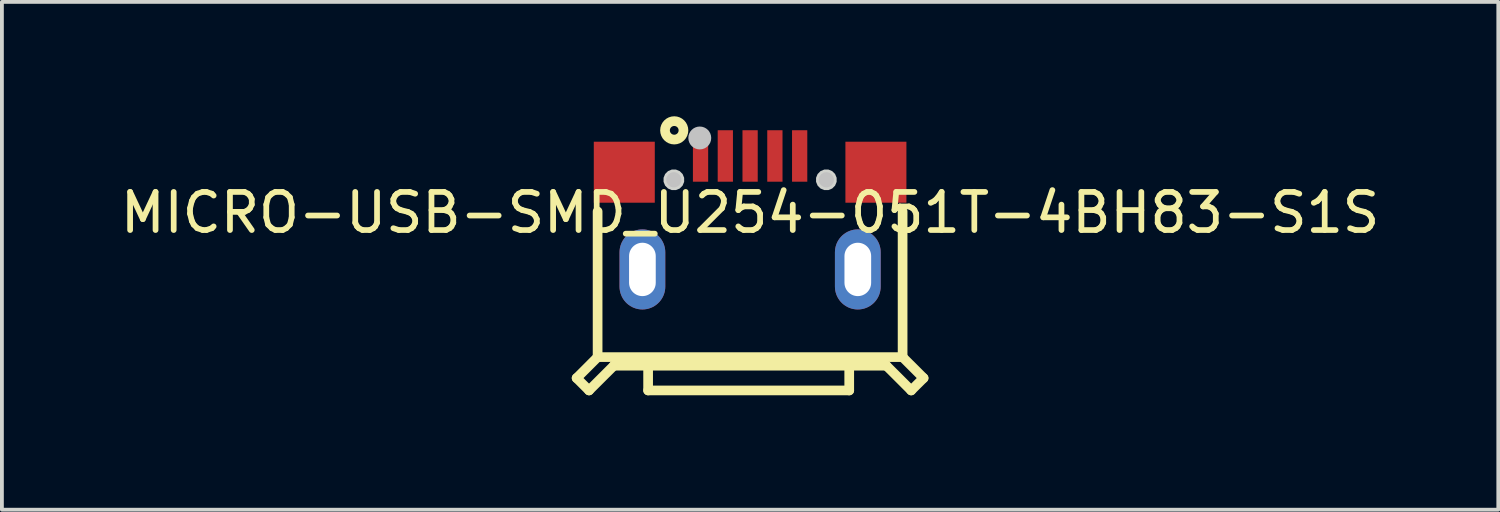
<source format=kicad_pcb>
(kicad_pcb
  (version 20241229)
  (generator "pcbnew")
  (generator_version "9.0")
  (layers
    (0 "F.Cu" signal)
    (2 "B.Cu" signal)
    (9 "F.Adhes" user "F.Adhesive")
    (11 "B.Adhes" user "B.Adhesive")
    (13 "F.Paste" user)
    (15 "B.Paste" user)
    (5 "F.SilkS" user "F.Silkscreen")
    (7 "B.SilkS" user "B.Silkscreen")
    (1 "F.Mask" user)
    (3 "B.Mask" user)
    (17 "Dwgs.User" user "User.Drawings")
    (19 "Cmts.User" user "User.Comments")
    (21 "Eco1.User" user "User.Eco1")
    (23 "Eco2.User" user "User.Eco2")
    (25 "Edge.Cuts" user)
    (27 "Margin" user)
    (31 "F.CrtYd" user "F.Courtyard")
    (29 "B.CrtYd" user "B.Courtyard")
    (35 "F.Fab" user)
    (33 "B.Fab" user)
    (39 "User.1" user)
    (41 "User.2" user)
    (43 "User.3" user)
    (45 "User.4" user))
  (footprint "MICRO-USB-SMD_U254-051T-4BH83-S1S"
    (layer "F.Cu")
    (at 16.625 2.529)
    (property "Reference" "MICRO-USB-SMD_U254-051T-4BH83-S1S" (at 0 0 0) (layer "F.SilkS") (effects (font (size 1 1) (thickness 0.15))))
    (fp_line (start -4.55 4.338) (end -4.225 4.662) (stroke (width 0.254) (type default)) (layer "F.SilkS"))
    (fp_line (start -4.225 4.662) (end -3.575 4.013) (stroke (width 0.254) (type default)) (layer "F.SilkS"))
    (fp_line (start -4 3.788) (end -4.55 4.338) (stroke (width 0.254) (type default)) (layer "F.SilkS"))
    (fp_line (start -4 3.788) (end -4 -0.032) (stroke (width 0.254) (type default)) (layer "F.SilkS"))
    (fp_line (start -4 3.788) (end 4 3.788) (stroke (width 0.254) (type default)) (layer "F.SilkS"))
    (fp_line (start -2.675 4.013) (end -2.675 4.662) (stroke (width 0.254) (type default)) (layer "F.SilkS"))
    (fp_line (start -2.675 4.662) (end 2.6 4.662) (stroke (width 0.254) (type default)) (layer "F.SilkS"))
    (fp_line (start 2.6 4.662) (end 2.6 4.013) (stroke (width 0.254) (type default)) (layer "F.SilkS"))
    (fp_line (start 3.575 4.013) (end -3.575 4.013) (stroke (width 0.254) (type default)) (layer "F.SilkS"))
    (fp_line (start 4 3.788) (end 4 -0.032) (stroke (width 0.254) (type default)) (layer "F.SilkS"))
    (fp_line (start 4 3.788) (end 4.55 4.338) (stroke (width 0.254) (type default)) (layer "F.SilkS"))
    (fp_line (start 4.225 4.662) (end 3.575 4.013) (stroke (width 0.254) (type default)) (layer "F.SilkS"))
    (fp_line (start 4.55 4.338) (end 4.225 4.662) (stroke (width 0.254) (type default)) (layer "F.SilkS"))
    (fp_circle (center -1.99 -2.16) (end -1.748 -2.16) (stroke (width 0.254) (type default)) (fill no) (layer "F.SilkS"))
    (fp_poly (pts (xy -4.2 -1.863) (xy -2.4 -1.863) (xy -2.4 -0.263) (xy -4.2 -0.263)) (stroke (width 0) (type default)) (fill yes) (layer "F.Paste"))
    (fp_poly (pts (xy -1.5 -2.163) (xy -1.1 -2.163) (xy -1.1 -0.812) (xy -1.5 -0.812)) (stroke (width 0) (type default)) (fill yes) (layer "F.Paste"))
    (fp_poly (pts (xy -0.85 -2.163) (xy -0.45 -2.163) (xy -0.45 -0.812) (xy -0.85 -0.812)) (stroke (width 0) (type default)) (fill yes) (layer "F.Paste"))
    (fp_poly (pts (xy -0.2 -2.163) (xy 0.2 -2.163) (xy 0.2 -0.812) (xy -0.2 -0.812)) (stroke (width 0) (type default)) (fill yes) (layer "F.Paste"))
    (fp_poly (pts (xy 0.45 -2.163) (xy 0.85 -2.163) (xy 0.85 -0.812) (xy 0.45 -0.812)) (stroke (width 0) (type default)) (fill yes) (layer "F.Paste"))
    (fp_poly (pts (xy 1.1 -2.163) (xy 1.5 -2.163) (xy 1.5 -0.812) (xy 1.1 -0.812)) (stroke (width 0) (type default)) (fill yes) (layer "F.Paste"))
    (fp_poly (pts (xy 2.4 -1.863) (xy 4.2 -1.863) (xy 4.2 -0.263) (xy 2.4 -0.263)) (stroke (width 0) (type default)) (fill yes) (layer "F.Paste"))
    (fp_poly (pts (xy -2.78 0.439) (xy -2.81 0.438) (xy -2.84 0.438) (xy -2.87 0.439) (xy -2.9 0.442) (xy -2.929 0.447) (xy -2.958 0.453) (xy -2.987 0.46) (xy -3.016 0.469) (xy -3.045 0.479) (xy -3.072 0.49) (xy -3.099 0.503) (xy -3.125 0.518) (xy -3.151 0.533) (xy -3.175 0.55) (xy -3.199 0.569) (xy -3.222 0.588) (xy -3.244 0.608) (xy -3.265 0.629) (xy -3.285 0.652) (xy -3.304 0.675) (xy -3.321 0.7) (xy -3.337 0.725) (xy -3.352 0.75) (xy -3.365 0.777) (xy -3.378 0.804) (xy -3.389 0.833) (xy -3.398 0.861) (xy -3.406 0.889) (xy -3.413 0.918) (xy -3.418 0.948) (xy -3.422 0.978) (xy -3.425 1.008) (xy -3.425 1.038) (xy -3.425 1.938) (xy -3.425 1.968) (xy -3.422 1.997) (xy -3.418 2.027) (xy -3.413 2.057) (xy -3.406 2.086) (xy -3.398 2.115) (xy -3.389 2.143) (xy -3.378 2.171) (xy -3.365 2.198) (xy -3.352 2.224) (xy -3.337 2.251) (xy -3.321 2.276) (xy -3.304 2.3) (xy -3.285 2.323) (xy -3.265 2.345) (xy -3.244 2.367) (xy -3.222 2.388) (xy -3.199 2.406) (xy -3.175 2.425) (xy -3.151 2.442) (xy -3.125 2.457) (xy -3.099 2.471) (xy -3.072 2.485) (xy -3.045 2.496) (xy -3.016 2.506) (xy -2.987 2.515) (xy -2.958 2.522) (xy -2.929 2.529) (xy -2.9 2.533) (xy -2.87 2.536) (xy -2.84 2.538) (xy -2.81 2.538) (xy -2.78 2.536) (xy -2.751 2.533) (xy -2.721 2.529) (xy -2.692 2.522) (xy -2.663 2.515) (xy -2.634 2.506) (xy -2.606 2.496) (xy -2.579 2.485) (xy -2.551 2.471) (xy -2.525 2.457) (xy -2.499 2.442) (xy -2.475 2.425) (xy -2.451 2.406) (xy -2.428 2.388) (xy -2.406 2.367) (xy -2.385 2.345) (xy -2.365 2.323) (xy -2.347 2.3) (xy -2.329 2.276) (xy -2.313 2.251) (xy -2.298 2.224) (xy -2.284 2.198) (xy -2.272 2.171) (xy -2.261 2.143) (xy -2.252 2.115) (xy -2.244 2.086) (xy -2.237 2.057) (xy -2.232 2.027) (xy -2.228 1.997) (xy -2.226 1.968) (xy -2.225 1.938) (xy -2.225 1.038) (xy -2.226 1.008) (xy -2.228 0.978) (xy -2.232 0.948) (xy -2.237 0.918) (xy -2.244 0.889) (xy -2.252 0.861) (xy -2.261 0.833) (xy -2.272 0.804) (xy -2.284 0.777) (xy -2.298 0.75) (xy -2.313 0.725) (xy -2.329 0.7) (xy -2.347 0.675) (xy -2.365 0.652) (xy -2.385 0.629) (xy -2.406 0.608) (xy -2.428 0.588) (xy -2.451 0.569) (xy -2.475 0.55) (xy -2.499 0.533) (xy -2.525 0.518) (xy -2.551 0.503) (xy -2.579 0.49) (xy -2.606 0.479) (xy -2.634 0.469) (xy -2.663 0.46) (xy -2.692 0.453) (xy -2.721 0.447) (xy -2.751 0.442)) (stroke (width 0) (type default)) (fill yes) (layer "F.Paste"))
    (fp_poly (pts (xy 2.87 0.439) (xy 2.84 0.438) (xy 2.81 0.438) (xy 2.78 0.439) (xy 2.751 0.442) (xy 2.721 0.447) (xy 2.692 0.453) (xy 2.663 0.46) (xy 2.634 0.469) (xy 2.606 0.479) (xy 2.579 0.49) (xy 2.551 0.503) (xy 2.525 0.518) (xy 2.499 0.533) (xy 2.475 0.55) (xy 2.451 0.569) (xy 2.428 0.588) (xy 2.406 0.608) (xy 2.385 0.629) (xy 2.365 0.652) (xy 2.347 0.675) (xy 2.329 0.7) (xy 2.313 0.725) (xy 2.298 0.75) (xy 2.284 0.777) (xy 2.272 0.804) (xy 2.261 0.833) (xy 2.252 0.861) (xy 2.244 0.889) (xy 2.237 0.918) (xy 2.232 0.948) (xy 2.228 0.978) (xy 2.226 1.008) (xy 2.225 1.038) (xy 2.225 1.938) (xy 2.226 1.968) (xy 2.228 1.997) (xy 2.232 2.027) (xy 2.237 2.057) (xy 2.244 2.086) (xy 2.252 2.115) (xy 2.261 2.143) (xy 2.272 2.171) (xy 2.284 2.198) (xy 2.298 2.224) (xy 2.313 2.251) (xy 2.329 2.276) (xy 2.347 2.3) (xy 2.365 2.323) (xy 2.385 2.345) (xy 2.406 2.367) (xy 2.428 2.388) (xy 2.451 2.406) (xy 2.475 2.425) (xy 2.499 2.442) (xy 2.525 2.457) (xy 2.551 2.471) (xy 2.579 2.485) (xy 2.606 2.496) (xy 2.634 2.506) (xy 2.663 2.515) (xy 2.692 2.522) (xy 2.721 2.529) (xy 2.751 2.533) (xy 2.78 2.536) (xy 2.81 2.538) (xy 2.84 2.538) (xy 2.87 2.536) (xy 2.9 2.533) (xy 2.929 2.529) (xy 2.958 2.522) (xy 2.987 2.515) (xy 3.016 2.506) (xy 3.045 2.496) (xy 3.072 2.485) (xy 3.099 2.471) (xy 3.125 2.457) (xy 3.151 2.442) (xy 3.175 2.425) (xy 3.199 2.406) (xy 3.222 2.388) (xy 3.244 2.367) (xy 3.265 2.345) (xy 3.285 2.323) (xy 3.304 2.3) (xy 3.321 2.276) (xy 3.337 2.251) (xy 3.352 2.224) (xy 3.365 2.198) (xy 3.378 2.171) (xy 3.389 2.143) (xy 3.398 2.115) (xy 3.406 2.086) (xy 3.413 2.057) (xy 3.418 2.027) (xy 3.422 1.997) (xy 3.425 1.968) (xy 3.425 1.938) (xy 3.425 1.038) (xy 3.425 1.008) (xy 3.422 0.978) (xy 3.418 0.948) (xy 3.413 0.918) (xy 3.406 0.889) (xy 3.398 0.861) (xy 3.389 0.833) (xy 3.378 0.804) (xy 3.365 0.777) (xy 3.352 0.75) (xy 3.337 0.725) (xy 3.321 0.7) (xy 3.304 0.675) (xy 3.285 0.652) (xy 3.265 0.629) (xy 3.244 0.608) (xy 3.222 0.588) (xy 3.199 0.569) (xy 3.175 0.55) (xy 3.151 0.533) (xy 3.125 0.518) (xy 3.099 0.503) (xy 3.072 0.49) (xy 3.045 0.479) (xy 3.016 0.469) (xy 2.987 0.46) (xy 2.958 0.453) (xy 2.929 0.447) (xy 2.9 0.442)) (stroke (width 0) (type default)) (fill yes) (layer "F.Paste"))
    (fp_circle (center -2 -0.863) (end -1.9 -0.863) (stroke (width 0.2) (type default)) (fill no) (layer "Dwgs.User"))
    (fp_circle (center -1.32 -1.96) (end -1.17 -1.96) (stroke (width 0.3) (type default)) (fill no) (layer "Dwgs.User"))
    (fp_circle (center 2 -0.863) (end 2.1 -0.863) (stroke (width 0.2) (type default)) (fill no) (layer "Dwgs.User"))
    (fp_poly (pts (xy -1.73 -0.916) (xy -1.771 -1.015) (xy -1.847 -1.091) (xy -1.946 -1.132) (xy -2.054 -1.132) (xy -2.153 -1.091) (xy -2.229 -1.015) (xy -2.27 -0.916) (xy -2.27 -0.809) (xy -2.229 -0.71) (xy -2.153 -0.634) (xy -2.054 -0.593) (xy -1.946 -0.593) (xy -1.847 -0.634) (xy -1.771 -0.71) (xy -1.73 -0.809)) (stroke (width 0) (type default)) (fill yes) (layer "Edge.Cuts"))
    (fp_poly (pts (xy 2.27 -0.916) (xy 2.229 -1.015) (xy 2.153 -1.091) (xy 2.054 -1.132) (xy 1.946 -1.132) (xy 1.847 -1.091) (xy 1.771 -1.015) (xy 1.73 -0.916) (xy 1.73 -0.809) (xy 1.771 -0.71) (xy 1.847 -0.634) (xy 1.946 -0.593) (xy 2.054 -0.593) (xy 2.153 -0.634) (xy 2.229 -0.71) (xy 2.27 -0.809)) (stroke (width 0) (type default)) (fill yes) (layer "Edge.Cuts"))
    (fp_poly (pts (xy -3.75 -1.41) (xy -2.75 -1.41) (xy -2.75 -0.46) (xy -3.75 -0.46)) (stroke (width 0.1) (type default)) (fill no) (layer "User.1"))
    (fp_poly (pts (xy -2.675 1.038) (xy -2.675 1.938) (xy -2.975 1.938) (xy -2.975 1.038)) (stroke (width 0.1) (type default)) (fill no) (layer "User.1"))
    (fp_poly (pts (xy -1.425 -1.863) (xy -1.175 -1.863) (xy -1.175 -0.912) (xy -1.425 -0.912)) (stroke (width 0.1) (type default)) (fill no) (layer "User.1"))
    (fp_poly (pts (xy -0.775 -1.863) (xy -0.525 -1.863) (xy -0.525 -0.912) (xy -0.775 -0.912)) (stroke (width 0.1) (type default)) (fill no) (layer "User.1"))
    (fp_poly (pts (xy -0.125 -1.863) (xy 0.125 -1.863) (xy 0.125 -0.912) (xy -0.125 -0.912)) (stroke (width 0.1) (type default)) (fill no) (layer "User.1"))
    (fp_poly (pts (xy 0.525 -1.863) (xy 0.775 -1.863) (xy 0.775 -0.912) (xy 0.525 -0.912)) (stroke (width 0.1) (type default)) (fill no) (layer "User.1"))
    (fp_poly (pts (xy 1.175 -1.863) (xy 1.425 -1.863) (xy 1.425 -0.912) (xy 1.175 -0.912)) (stroke (width 0.1) (type default)) (fill no) (layer "User.1"))
    (fp_poly (pts (xy 2.74 -1.41) (xy 3.74 -1.41) (xy 3.74 -0.46) (xy 2.74 -0.46)) (stroke (width 0.1) (type default)) (fill no) (layer "User.1"))
    (fp_poly (pts (xy 2.975 1.038) (xy 2.975 1.938) (xy 2.675 1.938) (xy 2.675 1.038)) (stroke (width 0.1) (type default)) (fill no) (layer "User.1"))
    (fp_line (start -4 3.95) (end -3.74 3.57) (stroke (width 0.051) (type default)) (layer "User.2"))
    (fp_line (start -3.75 4.12) (end -4 3.95) (stroke (width 0.051) (type default)) (layer "User.2"))
    (fp_line (start -3.74 -1.41) (end 3.74 -1.41) (stroke (width 0.051) (type default)) (layer "User.2"))
    (fp_line (start -3.74 3.57) (end -3.74 -1.41) (stroke (width 0.051) (type default)) (layer "User.2"))
    (fp_line (start -3.48 3.73) (end -3.75 4.12) (stroke (width 0.051) (type default)) (layer "User.2"))
    (fp_line (start -3.44 3.59) (end -3.48 3.73) (stroke (width 0.051) (type default)) (layer "User.2"))
    (fp_line (start -3.06 3.59) (end -3.44 3.59) (stroke (width 0.051) (type default)) (layer "User.2"))
    (fp_line (start -3.06 4.11) (end -3.06 3.59) (stroke (width 0.051) (type default)) (layer "User.2"))
    (fp_line (start 3.08 3.59) (end 3.08 4.11) (stroke (width 0.051) (type default)) (layer "User.2"))
    (fp_line (start 3.08 4.11) (end -3.06 4.11) (stroke (width 0.051) (type default)) (layer "User.2"))
    (fp_line (start 3.45 3.59) (end 3.08 3.59) (stroke (width 0.051) (type default)) (layer "User.2"))
    (fp_line (start 3.47 3.72) (end 3.45 3.59) (stroke (width 0.051) (type default)) (layer "User.2"))
    (fp_line (start 3.58 3.87) (end 3.47 3.72) (stroke (width 0.051) (type default)) (layer "User.2"))
    (fp_line (start 3.74 -1.41) (end 3.75 3.59) (stroke (width 0.051) (type default)) (layer "User.2"))
    (fp_line (start 3.75 3.59) (end 4 3.95) (stroke (width 0.051) (type default)) (layer "User.2"))
    (fp_line (start 3.75 4.12) (end 3.58 3.87) (stroke (width 0.051) (type default)) (layer "User.2"))
    (fp_line (start 4 3.95) (end 3.75 4.12) (stroke (width 0.051) (type default)) (layer "User.2"))
    (fp_poly (pts (xy -3.852 -1.833) (xy -3.867 -1.869) (xy -3.894 -1.896) (xy -3.93 -1.911) (xy -3.97 -1.911) (xy -4.006 -1.896) (xy -4.033 -1.869) (xy -4.048 -1.833) (xy -4.048 -1.793) (xy -4.033 -1.757) (xy -4.006 -1.73) (xy -3.97 -1.715) (xy -3.93 -1.715) (xy -3.894 -1.73) (xy -3.867 -1.757) (xy -3.852 -1.793)) (stroke (width 0.1) (type default)) (fill no) (layer "User.3"))
    (pad "1" smd rect (at -1.3 -1.488) (size 0.4 1.35) (layers "F.Cu" "F.Mask" "F.Paste"))
    (pad "2" smd rect (at -0.65 -1.488) (size 0.4 1.35) (layers "F.Cu" "F.Mask" "F.Paste"))
    (pad "3" smd rect (at 0 -1.488) (size 0.4 1.35) (layers "F.Cu" "F.Mask" "F.Paste"))
    (pad "4" smd rect (at 0.65 -1.488) (size 0.4 1.35) (layers "F.Cu" "F.Mask" "F.Paste"))
    (pad "5" smd rect (at 1.3 -1.488) (size 0.4 1.35) (layers "F.Cu" "F.Mask" "F.Paste"))
    (pad "6" smd rect (at -3.3 -1.062) (size 1.6 1.6) (layers "F.Cu" "F.Mask" "F.Paste"))
    (pad "6" thru_hole oval (at -2.825 1.488 90) (size 2.1 1.2) (drill oval 1.4 0.7) (layers "*.Cu" "*.Mask"))
    (pad "6" thru_hole oval (at 2.825 1.488 90) (size 2.1 1.2) (drill oval 1.4 0.7) (layers "*.Cu" "*.Mask"))
    (pad "6" smd rect (at 3.3 -1.062) (size 1.6 1.6) (layers "F.Cu" "F.Mask" "F.Paste")))
  (gr_rect
    (start -3 -3)
    (end 36.25 10.319)
    (stroke (width 0.1) (type default))
    (fill no)
    (layer "Edge.Cuts")))
</source>
